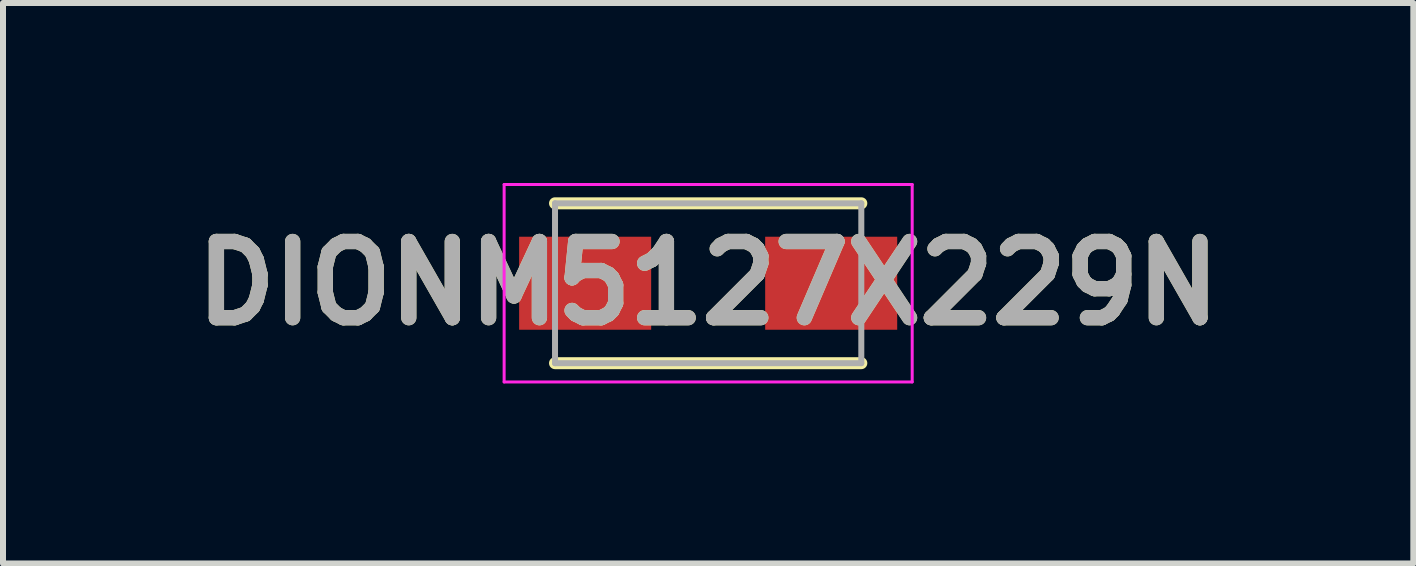
<source format=kicad_pcb>
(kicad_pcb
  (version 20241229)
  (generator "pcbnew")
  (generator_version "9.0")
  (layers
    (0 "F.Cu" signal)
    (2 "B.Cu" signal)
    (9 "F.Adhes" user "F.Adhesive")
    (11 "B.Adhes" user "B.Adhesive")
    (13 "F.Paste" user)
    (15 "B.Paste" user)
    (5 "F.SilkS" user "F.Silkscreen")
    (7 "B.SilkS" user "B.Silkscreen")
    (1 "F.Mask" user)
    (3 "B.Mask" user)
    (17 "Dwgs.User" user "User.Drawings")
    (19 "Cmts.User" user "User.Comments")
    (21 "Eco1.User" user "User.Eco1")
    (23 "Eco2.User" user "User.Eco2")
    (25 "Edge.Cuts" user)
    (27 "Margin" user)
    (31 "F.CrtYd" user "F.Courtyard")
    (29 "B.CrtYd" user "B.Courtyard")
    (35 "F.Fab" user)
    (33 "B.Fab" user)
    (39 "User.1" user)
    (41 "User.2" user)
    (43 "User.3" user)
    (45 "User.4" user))
  (footprint "DIONM5127X229N"
    (layer "F.Cu")
    (at 8.751 1.67)
    (property "Reference" "DIONM5127X229N" (at 0 0 0) (layer "F.SilkS") (effects (font (size 1.27 1.27) (thickness 0.254))))
    (attr smd)
    (fp_line (start -2.552 1.332) (end 2.552 1.332) (stroke (width 0.2) (type solid)) (layer "F.SilkS"))
    (fp_line (start 2.552 -1.332) (end -2.552 -1.332) (stroke (width 0.2) (type solid)) (layer "F.SilkS"))
    (fp_line (start -3.4 -1.645) (end 3.4 -1.645) (stroke (width 0.05) (type solid)) (layer "F.CrtYd"))
    (fp_line (start -3.4 1.645) (end -3.4 -1.645) (stroke (width 0.05) (type solid)) (layer "F.CrtYd"))
    (fp_line (start 3.4 -1.645) (end 3.4 1.645) (stroke (width 0.05) (type solid)) (layer "F.CrtYd"))
    (fp_line (start 3.4 1.645) (end -3.4 1.645) (stroke (width 0.05) (type solid)) (layer "F.CrtYd"))
    (fp_line (start -2.552 -1.332) (end 2.552 -1.332) (stroke (width 0.1) (type solid)) (layer "F.Fab"))
    (fp_line (start -2.552 1.332) (end -2.552 -1.332) (stroke (width 0.1) (type solid)) (layer "F.Fab"))
    (fp_line (start 2.552 -1.332) (end 2.552 1.332) (stroke (width 0.1) (type solid)) (layer "F.Fab"))
    (fp_line (start 2.552 1.332) (end -2.552 1.332) (stroke (width 0.1) (type solid)) (layer "F.Fab"))
    (fp_text user "${REFERENCE}" (at 0 0 0) (layer "F.Fab") (effects (font (size 1.27 1.27) (thickness 0.254))))
    (pad "1" smd rect (at -2.05 0 90) (size 1.55 2.2) (layers "F.Cu" "F.Mask" "F.Paste"))
    (pad "2" smd rect (at 2.05 0 90) (size 1.55 2.2) (layers "F.Cu" "F.Mask" "F.Paste")))
  (gr_rect
    (start -3 -3)
    (end 20.502 6.34)
    (stroke (width 0.1) (type default))
    (fill no)
    (layer "Edge.Cuts")))
</source>
